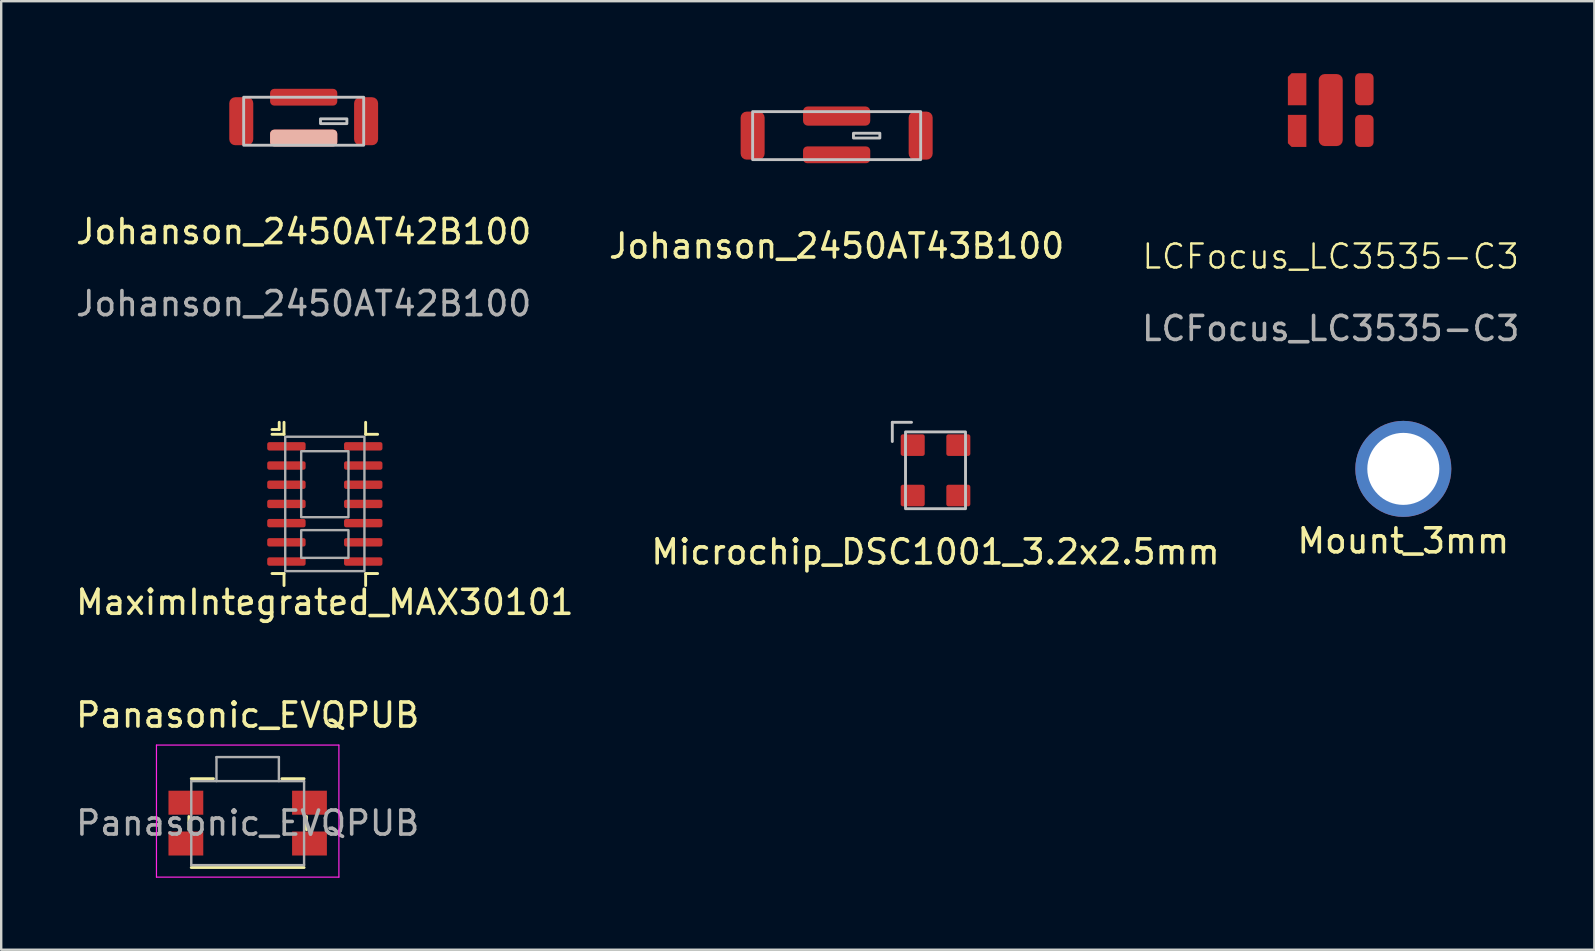
<source format=kicad_pcb>
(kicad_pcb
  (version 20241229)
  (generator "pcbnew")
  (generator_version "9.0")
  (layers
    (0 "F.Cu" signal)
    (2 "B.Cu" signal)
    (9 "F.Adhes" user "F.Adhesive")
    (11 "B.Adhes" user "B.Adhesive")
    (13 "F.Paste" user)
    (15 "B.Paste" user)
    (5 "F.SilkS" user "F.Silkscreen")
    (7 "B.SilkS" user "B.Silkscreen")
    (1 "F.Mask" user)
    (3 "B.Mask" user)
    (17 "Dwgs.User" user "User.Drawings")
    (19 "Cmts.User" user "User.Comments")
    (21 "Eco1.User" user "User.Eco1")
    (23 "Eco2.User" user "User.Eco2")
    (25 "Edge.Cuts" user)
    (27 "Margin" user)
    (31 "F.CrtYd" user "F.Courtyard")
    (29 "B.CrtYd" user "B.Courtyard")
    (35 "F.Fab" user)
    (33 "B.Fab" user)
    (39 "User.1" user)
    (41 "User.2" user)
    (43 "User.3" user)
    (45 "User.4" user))
  (footprint "Panasonic_EVQPUB"
    (layer "F.Cu")
    (at 7.268 31.24)
    (property "Reference" "Panasonic_EVQPUB" (at 0 -4.5 0) (layer "F.SilkS") (effects (font (size 1 1) (thickness 0.15))))
    (attr smd)
    (fp_line (start -2.45 0.275) (end -2.45 -0.275) (stroke (width 0.12) (type solid)) (layer "F.SilkS"))
    (fp_line (start -1.425 -1.85) (end -2.35 -1.85) (stroke (width 0.12) (type solid)) (layer "F.SilkS"))
    (fp_line (start 2.35 -1.85) (end 1.425 -1.85) (stroke (width 0.12) (type solid)) (layer "F.SilkS"))
    (fp_line (start 2.35 1.85) (end -2.35 1.85) (stroke (width 0.12) (type solid)) (layer "F.SilkS"))
    (fp_line (start 2.45 0.275) (end 2.45 -0.275) (stroke (width 0.12) (type solid)) (layer "F.SilkS"))
    (fp_line (start -3.8 2.25) (end -3.8 -3.25) (stroke (width 0.05) (type solid)) (layer "F.CrtYd"))
    (fp_line (start 3.8 -3.25) (end -3.8 -3.25) (stroke (width 0.05) (type solid)) (layer "F.CrtYd"))
    (fp_line (start 3.8 2.25) (end -3.8 2.25) (stroke (width 0.05) (type solid)) (layer "F.CrtYd"))
    (fp_line (start 3.8 2.25) (end 3.8 -3.25) (stroke (width 0.05) (type solid)) (layer "F.CrtYd"))
    (fp_line (start -2.35 1.75) (end -2.35 -1.75) (stroke (width 0.1) (type solid)) (layer "F.Fab"))
    (fp_line (start -1.3 -2.75) (end -1.3 -1.75) (stroke (width 0.1) (type solid)) (layer "F.Fab"))
    (fp_line (start 1.3 -2.75) (end -1.3 -2.75) (stroke (width 0.1) (type solid)) (layer "F.Fab"))
    (fp_line (start 1.3 -2.75) (end 1.3 -1.75) (stroke (width 0.1) (type solid)) (layer "F.Fab"))
    (fp_line (start 2.35 -1.75) (end -2.35 -1.75) (stroke (width 0.1) (type solid)) (layer "F.Fab"))
    (fp_line (start 2.35 1.75) (end -2.35 1.75) (stroke (width 0.1) (type solid)) (layer "F.Fab"))
    (fp_line (start 2.35 1.75) (end 2.35 -1.75) (stroke (width 0.1) (type solid)) (layer "F.Fab"))
    (fp_text user "${REFERENCE}" (at 0 0 0) (layer "F.Fab") (effects (font (size 1 1) (thickness 0.15))))
    (pad "1" smd rect (at -2.575 -0.85 180) (size 1.45 1) (layers "F.Cu" "F.Mask" "F.Paste"))
    (pad "1" smd rect (at 2.575 -0.85 180) (size 1.45 1) (layers "F.Cu" "F.Mask" "F.Paste"))
    (pad "2" smd rect (at -2.575 0.85 180) (size 1.45 1) (layers "F.Cu" "F.Mask" "F.Paste"))
    (pad "2" smd rect (at 2.575 0.85 180) (size 1.45 1) (layers "F.Cu" "F.Mask" "F.Paste")))
  (footprint "MaximIntegrated_MAX30101"
    (layer "F.Cu")
    (at 10.482 17.943)
    (property "Reference" "MaximIntegrated_MAX30101" (at 0 4.1 0) (unlocked yes) (layer "F.SilkS") (effects (font (size 1 1) (thickness 0.15))))
    (attr smd)
    (fp_line (start -1.9 -3.4) (end -1.9 -3.1) (stroke (width 0.12) (type solid)) (layer "F.SilkS"))
    (fp_line (start -1.9 -3.1) (end -2.2 -3.1) (stroke (width 0.12) (type solid)) (layer "F.SilkS"))
    (fp_line (start -1.7 -2.9) (end -2.2 -2.9) (stroke (width 0.12) (type solid)) (layer "F.SilkS"))
    (fp_line (start -1.7 -2.9) (end -1.7 -3.4) (stroke (width 0.12) (type solid)) (layer "F.SilkS"))
    (fp_line (start -1.7 2.9) (end -2.2 2.9) (stroke (width 0.12) (type solid)) (layer "F.SilkS"))
    (fp_line (start -1.7 2.9) (end -1.7 3.4) (stroke (width 0.12) (type solid)) (layer "F.SilkS"))
    (fp_line (start 1.7 -2.9) (end 1.7 -3.4) (stroke (width 0.12) (type solid)) (layer "F.SilkS"))
    (fp_line (start 1.7 -2.9) (end 2.2 -2.9) (stroke (width 0.12) (type solid)) (layer "F.SilkS"))
    (fp_line (start 1.7 2.9) (end 1.7 3.4) (stroke (width 0.12) (type solid)) (layer "F.SilkS"))
    (fp_line (start 1.7 2.9) (end 2.2 2.9) (stroke (width 0.12) (type solid)) (layer "F.SilkS"))
    (fp_rect (start -1.65 -2.8) (end 1.65 2.8) (stroke (width 0.1) (type solid)) (fill no) (layer "F.Fab"))
    (fp_rect (start -0.985 -2.197) (end 0.985 0.553) (stroke (width 0.1) (type solid)) (fill no) (layer "F.Fab"))
    (fp_rect (start -0.985 1.093) (end 0.985 2.247) (stroke (width 0.1) (type solid)) (fill no) (layer "F.Fab"))
    (pad "1" smd roundrect (at -1.6 -2.4) (size 1.6 0.35) (layers "F.Cu" "F.Mask" "F.Paste") (roundrect_rratio 0.25))
    (pad "2" smd roundrect (at -1.6 -1.6) (size 1.6 0.35) (layers "F.Cu" "F.Mask" "F.Paste") (roundrect_rratio 0.25))
    (pad "3" smd roundrect (at -1.6 -0.8) (size 1.6 0.35) (layers "F.Cu" "F.Mask" "F.Paste") (roundrect_rratio 0.25))
    (pad "4" smd roundrect (at -1.6 0) (size 1.6 0.35) (layers "F.Cu" "F.Mask" "F.Paste") (roundrect_rratio 0.25))
    (pad "5" smd roundrect (at -1.6 0.8) (size 1.6 0.35) (layers "F.Cu" "F.Mask" "F.Paste") (roundrect_rratio 0.25))
    (pad "6" smd roundrect (at -1.6 1.6) (size 1.6 0.35) (layers "F.Cu" "F.Mask" "F.Paste") (roundrect_rratio 0.25))
    (pad "7" smd roundrect (at -1.6 2.4) (size 1.6 0.35) (layers "F.Cu" "F.Mask" "F.Paste") (roundrect_rratio 0.25))
    (pad "8" smd roundrect (at 1.6 2.4) (size 1.6 0.35) (layers "F.Cu" "F.Mask" "F.Paste") (roundrect_rratio 0.25))
    (pad "9" smd roundrect (at 1.6 1.6) (size 1.6 0.35) (layers "F.Cu" "F.Mask" "F.Paste") (roundrect_rratio 0.25))
    (pad "10" smd roundrect (at 1.6 0.8) (size 1.6 0.35) (layers "F.Cu" "F.Mask" "F.Paste") (roundrect_rratio 0.25))
    (pad "11" smd roundrect (at 1.6 0) (size 1.6 0.35) (layers "F.Cu" "F.Mask" "F.Paste") (roundrect_rratio 0.25))
    (pad "12" smd roundrect (at 1.6 -0.8) (size 1.6 0.35) (layers "F.Cu" "F.Mask" "F.Paste") (roundrect_rratio 0.25))
    (pad "13" smd roundrect (at 1.6 -1.6) (size 1.6 0.35) (layers "F.Cu" "F.Mask" "F.Paste") (roundrect_rratio 0.25))
    (pad "14" smd roundrect (at 1.6 -2.4) (size 1.6 0.35) (layers "F.Cu" "F.Mask" "F.Paste") (roundrect_rratio 0.25)))
  (footprint "Mount_3mm"
    (layer "F.Cu")
    (at 55.411 16.483)
    (property "Reference" "Mount_3mm" (at 0 3 0) (unlocked yes) (layer "F.SilkS") (effects (font (size 1 1) (thickness 0.15))))
    (attr smd)
    (pad "" np_thru_hole circle (at 0 0) (size 4 4) (drill 3) (layers "*.Cu" "*.Mask")))
  (footprint "LCFocus_LC3535-C3"
    (layer "F.Cu")
    (at 52.387 1.535)
    (property "Reference" "LCFocus_LC3535-C3" (at 0 6.1 0) (unlocked yes) (layer "F.SilkS") (effects (font (size 1 1) (thickness 0.1))))
    (attr smd)
    (fp_text user "${REFERENCE}" (at 0 9.1 0) (unlocked yes) (layer "F.Fab") (effects (font (size 1 1) (thickness 0.15))))
    (pad "" smd roundrect (at 0 0) (size 1 3) (layers "F.Cu" "F.Mask" "F.Paste") (roundrect_rratio 0.25))
    (pad "1" smd roundrect (at 1.4 -0.868) (size 0.77 1.335) (layers "F.Cu" "F.Mask" "F.Paste") (roundrect_rratio 0.25))
    (pad "2" smd roundrect (at -1.4 -0.868) (size 0.77 1.335) (layers "F.Cu" "F.Mask" "F.Paste") (roundrect_rratio 0) (chamfer_ratio 0.2) (chamfer top_left))
    (pad "3" smd roundrect (at 1.4 0.868) (size 0.77 1.335) (layers "F.Cu" "F.Mask" "F.Paste") (roundrect_rratio 0.25))
    (pad "4" smd roundrect (at -1.4 0.868) (size 0.77 1.335) (layers "F.Cu" "F.Mask" "F.Paste") (roundrect_rratio 0) (chamfer_ratio 0.2) (chamfer bottom_left)))
  (footprint "Johanson_2450AT43B100"
    (layer "F.Cu")
    (at 31.804 2.6)
    (property "Reference" "Johanson_2450AT43B100" (at 0 4.6 0) (unlocked yes) (layer "F.SilkS") (effects (font (size 1 1) (thickness 0.15))))
    (attr smd)
    (fp_rect (start -3.5 -1) (end 3.5 1) (stroke (width 0.12) (type solid)) (fill no) (layer "Dwgs.User"))
    (fp_rect (start 0.7 -0.1) (end 1.8 0.1) (stroke (width 0.12) (type solid)) (fill no) (layer "Dwgs.User"))
    (pad "" smd roundrect (at -3.5 0) (size 1 2) (layers "F.Cu" "F.Mask" "F.Paste") (roundrect_rratio 0.25))
    (pad "" smd roundrect (at 0 -0.815) (size 2.8 0.8) (layers "F.Cu" "F.Mask" "F.Paste") (roundrect_rratio 0.25))
    (pad "" smd roundrect (at 0 0.8) (size 2.8 0.7) (layers "F.Cu" "F.Mask" "F.Paste") (roundrect_rratio 0.25))
    (pad "1" smd roundrect (at 3.5 0) (size 1 2) (layers "F.Cu" "F.Mask" "F.Paste") (roundrect_rratio 0.25))
    (zone (net_name "") (layers "F.Cu" "B.Cu") (name "AntennaClearance") (hatch edge 0.508) (connect_pads) (min_thickness 0.254) (filled_areas_thickness no) (keepout (tracks allowed) (vias allowed) (pads allowed) (copperpour not_allowed) (footprints allowed)) (placement (enabled no)) (fill) (polygon (pts (xy 36.804 5.1) (xy 26.804 5.1) (xy 26.804 0) (xy 36.804 0)))))
  (footprint "Microchip_DSC1001_3.2x2.5mm"
    (layer "F.Cu")
    (at 35.923 16.543)
    (property "Reference" "Microchip_DSC1001_3.2x2.5mm" (at 0 3.4 0) (unlocked yes) (layer "F.SilkS") (effects (font (size 1 1) (thickness 0.15))))
    (attr smd)
    (fp_line (start -1.8 -2) (end -1 -2) (stroke (width 0.12) (type solid)) (layer "Dwgs.User"))
    (fp_line (start -1.8 -1.2) (end -1.8 -2) (stroke (width 0.12) (type solid)) (layer "Dwgs.User"))
    (fp_rect (start -1.25 -1.6) (end 1.25 1.6) (stroke (width 0.12) (type solid)) (fill no) (layer "Dwgs.User"))
    (pad "1" smd roundrect (at -0.95 -1.05) (size 1 0.9) (layers "F.Cu" "F.Mask" "F.Paste") (roundrect_rratio 0.1))
    (pad "2" smd roundrect (at -0.95 1.05) (size 1 0.9) (layers "F.Cu" "F.Mask" "F.Paste") (roundrect_rratio 0.1))
    (pad "3" smd roundrect (at 0.95 1.05) (size 1 0.9) (layers "F.Cu" "F.Mask" "F.Paste") (roundrect_rratio 0.1))
    (pad "4" smd roundrect (at 0.95 -1.05) (size 1 0.9) (layers "F.Cu" "F.Mask" "F.Paste") (roundrect_rratio 0.1)))
  (footprint "Johanson_2450AT42B100"
    (layer "F.Cu")
    (at 9.601 2)
    (property "Reference" "Johanson_2450AT42B100" (at 0 4.6 0) (unlocked yes) (layer "F.SilkS") (effects (font (size 1 1) (thickness 0.15))))
    (attr smd)
    (fp_rect (start -2.5 -1) (end 2.5 1) (stroke (width 0.12) (type solid)) (fill no) (layer "Dwgs.User"))
    (fp_rect (start 0.7 -0.1) (end 1.8 0.1) (stroke (width 0.12) (type solid)) (fill no) (layer "Dwgs.User"))
    (fp_text user "${REFERENCE}" (at 0 7.6 0) (unlocked yes) (layer "F.Fab") (effects (font (size 1 1) (thickness 0.15))))
    (pad "" smd roundrect (at -2.6 0) (size 1 2) (layers "F.Cu" "F.Mask" "F.Paste") (roundrect_rratio 0.25))
    (pad "" smd roundrect (at 0 -1) (size 2.8 0.7) (layers "F.Cu" "F.Mask" "F.Paste") (roundrect_rratio 0.25))
    (pad "" smd roundrect (at 0 0.7) (size 2.8 0.7) (layers "F.Cu" "F.Mask" "B.SilkS" "F.Paste") (roundrect_rratio 0.25))
    (pad "1" smd roundrect (at 2.6 0) (size 1 2) (layers "F.Cu" "F.Mask" "F.Paste") (roundrect_rratio 0.25))
    (zone (net_name "") (layers "F.Cu" "B.Cu") (name "AntennaClearance") (hatch edge 0.508) (connect_pads) (min_thickness 0.254) (filled_areas_thickness no) (keepout (tracks allowed) (vias allowed) (pads allowed) (copperpour not_allowed) (footprints allowed)) (placement (enabled no)) (fill) (polygon (pts (xy 13.601 4.5) (xy 5.601 4.5) (xy 5.601 0) (xy 13.601 0)))))
  (gr_rect
    (start -3 -3)
    (end 63.369 36.515)
    (stroke (width 0.1) (type default))
    (fill no)
    (layer "Edge.Cuts")))
</source>
